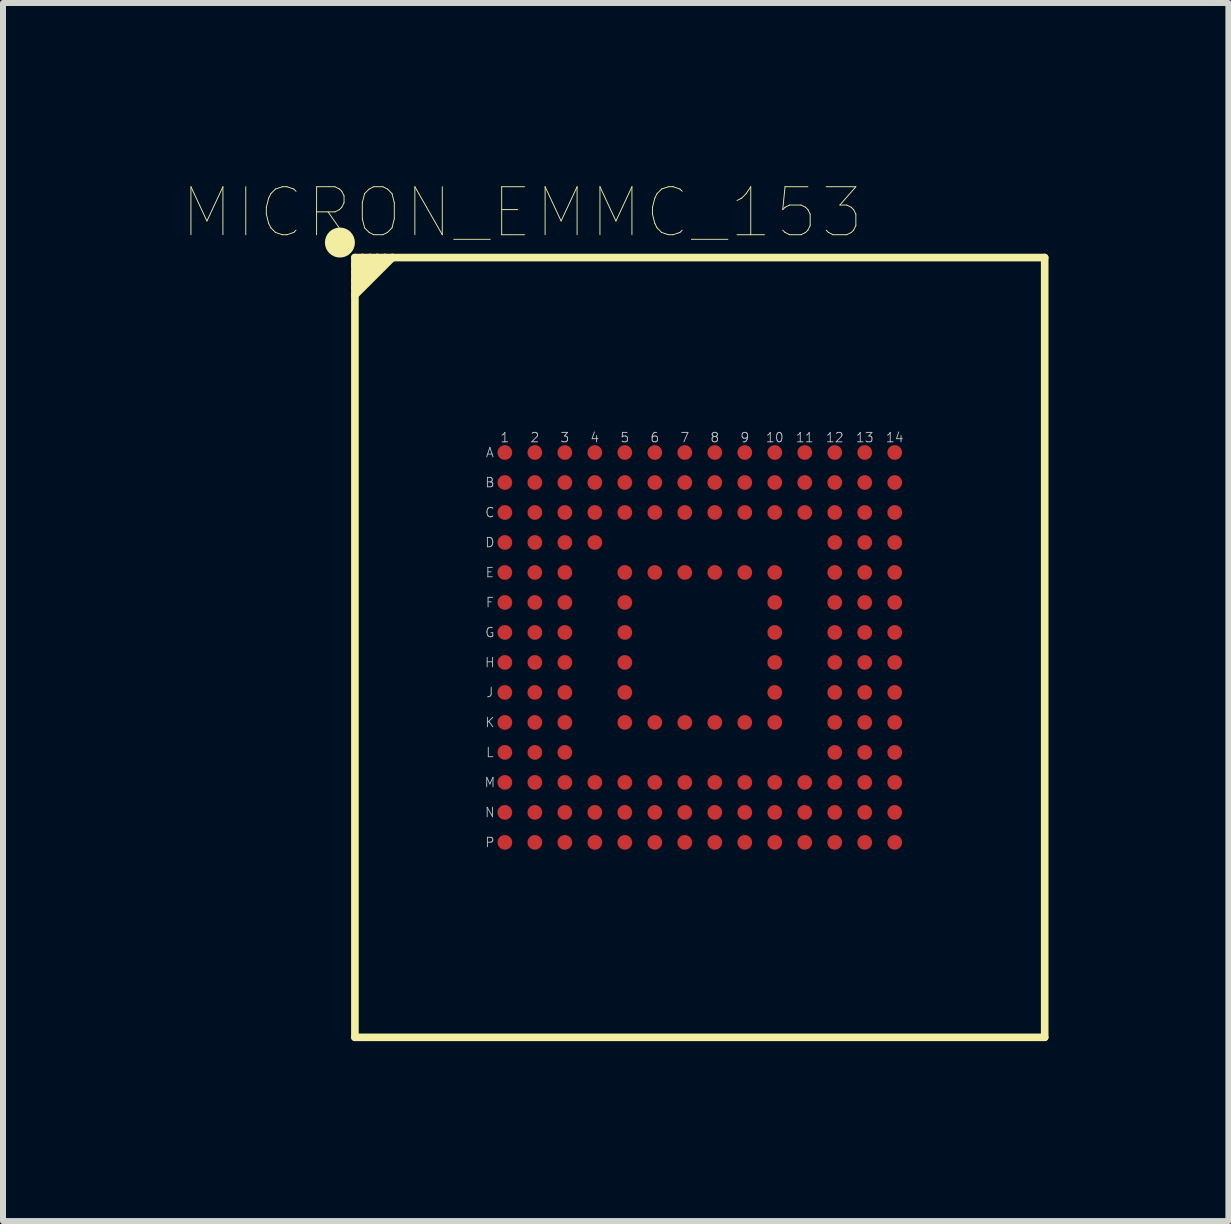
<source format=kicad_pcb>
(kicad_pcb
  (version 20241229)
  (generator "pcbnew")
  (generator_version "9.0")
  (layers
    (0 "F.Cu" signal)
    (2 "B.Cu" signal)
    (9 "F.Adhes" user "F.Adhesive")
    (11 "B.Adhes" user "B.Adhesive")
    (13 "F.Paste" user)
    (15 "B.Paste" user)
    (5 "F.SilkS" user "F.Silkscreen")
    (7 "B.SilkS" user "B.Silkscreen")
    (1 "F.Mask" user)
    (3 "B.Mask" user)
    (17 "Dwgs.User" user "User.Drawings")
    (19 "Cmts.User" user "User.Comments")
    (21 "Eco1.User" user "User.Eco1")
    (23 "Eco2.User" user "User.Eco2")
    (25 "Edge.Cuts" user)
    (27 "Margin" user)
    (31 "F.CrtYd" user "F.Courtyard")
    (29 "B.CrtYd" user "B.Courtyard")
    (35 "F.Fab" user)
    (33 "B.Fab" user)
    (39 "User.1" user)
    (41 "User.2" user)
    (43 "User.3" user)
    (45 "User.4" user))
  (footprint "MICRON_EMMC_153"
    (layer "F.Cu")
    (at 8.617 7.744)
    (property "Reference" "MICRON_EMMC_153" (at -2.96 -7.25 0) (layer "F.SilkS") (effects (font (size 0.8 0.8) (thickness 0.015))))
    (attr through_hole)
    (fp_line (start -5.75 -6.5) (end -5.75 -6.375) (stroke (width 0.127) (type solid)) (layer "F.SilkS"))
    (fp_line (start -5.75 -6.375) (end -5.75 -6.25) (stroke (width 0.127) (type solid)) (layer "F.SilkS"))
    (fp_line (start -5.75 -6.375) (end -5.625 -6.5) (stroke (width 0.127) (type solid)) (layer "F.SilkS"))
    (fp_line (start -5.75 -6.25) (end -5.75 -6.125) (stroke (width 0.127) (type solid)) (layer "F.SilkS"))
    (fp_line (start -5.75 -6.25) (end -5.5 -6.5) (stroke (width 0.127) (type solid)) (layer "F.SilkS"))
    (fp_line (start -5.75 -6.125) (end -5.75 -6) (stroke (width 0.127) (type solid)) (layer "F.SilkS"))
    (fp_line (start -5.75 -6.125) (end -5.375 -6.5) (stroke (width 0.127) (type solid)) (layer "F.SilkS"))
    (fp_line (start -5.75 -6) (end -5.75 -5.875) (stroke (width 0.127) (type solid)) (layer "F.SilkS"))
    (fp_line (start -5.75 -6) (end -5.25 -6.5) (stroke (width 0.127) (type solid)) (layer "F.SilkS"))
    (fp_line (start -5.75 -5.875) (end -5.75 6.5) (stroke (width 0.127) (type solid)) (layer "F.SilkS"))
    (fp_line (start -5.75 -5.875) (end -5.125 -6.5) (stroke (width 0.127) (type solid)) (layer "F.SilkS"))
    (fp_line (start -5.75 6.5) (end 5.75 6.5) (stroke (width 0.127) (type solid)) (layer "F.SilkS"))
    (fp_line (start -5.625 -6.5) (end -5.75 -6.5) (stroke (width 0.127) (type solid)) (layer "F.SilkS"))
    (fp_line (start -5.5 -6.5) (end -5.625 -6.5) (stroke (width 0.127) (type solid)) (layer "F.SilkS"))
    (fp_line (start -5.375 -6.5) (end -5.5 -6.5) (stroke (width 0.127) (type solid)) (layer "F.SilkS"))
    (fp_line (start -5.25 -6.5) (end -5.375 -6.5) (stroke (width 0.127) (type solid)) (layer "F.SilkS"))
    (fp_line (start -5.125 -6.5) (end -5.25 -6.5) (stroke (width 0.127) (type solid)) (layer "F.SilkS"))
    (fp_line (start 5.75 -6.5) (end -5.125 -6.5) (stroke (width 0.127) (type solid)) (layer "F.SilkS"))
    (fp_line (start 5.75 6.5) (end 5.75 -6.5) (stroke (width 0.127) (type solid)) (layer "F.SilkS"))
    (fp_circle (center -6 -6.75) (end -5.875 -6.75) (stroke (width 0.25) (type solid)) (fill no) (layer "F.SilkS"))
    (fp_text user "D" (at -3.5 -1.75 0) (layer "Dwgs.User") (effects (font (size 0.157 0.157) (thickness 0.015))))
    (fp_text user "J" (at -3.5 0.75 0) (layer "Dwgs.User") (effects (font (size 0.157 0.157) (thickness 0.015))))
    (fp_text user "11" (at 1.75 -3.5 0) (layer "Dwgs.User") (effects (font (size 0.157 0.157) (thickness 0.015))))
    (fp_text user "9" (at 0.75 -3.5 0) (layer "Dwgs.User") (effects (font (size 0.157 0.157) (thickness 0.015))))
    (fp_text user "F" (at -3.5 -0.75 0) (layer "Dwgs.User") (effects (font (size 0.157 0.157) (thickness 0.015))))
    (fp_text user "C" (at -3.5 -2.25 0) (layer "Dwgs.User") (effects (font (size 0.157 0.157) (thickness 0.015))))
    (fp_text user "7" (at -0.25 -3.5 0) (layer "Dwgs.User") (effects (font (size 0.157 0.157) (thickness 0.015))))
    (fp_text user "H" (at -3.5 0.25 0) (layer "Dwgs.User") (effects (font (size 0.157 0.157) (thickness 0.015))))
    (fp_text user "13" (at 2.75 -3.5 0) (layer "Dwgs.User") (effects (font (size 0.157 0.157) (thickness 0.015))))
    (fp_text user "6" (at -0.75 -3.5 0) (layer "Dwgs.User") (effects (font (size 0.157 0.157) (thickness 0.015))))
    (fp_text user "G" (at -3.5 -0.25 0) (layer "Dwgs.User") (effects (font (size 0.157 0.157) (thickness 0.015))))
    (fp_text user "10" (at 1.25 -3.5 0) (layer "Dwgs.User") (effects (font (size 0.157 0.157) (thickness 0.015))))
    (fp_text user "N" (at -3.5 2.75 0) (layer "Dwgs.User") (effects (font (size 0.157 0.157) (thickness 0.015))))
    (fp_text user "4" (at -1.75 -3.5 0) (layer "Dwgs.User") (effects (font (size 0.157 0.157) (thickness 0.015))))
    (fp_text user "B" (at -3.5 -2.75 0) (layer "Dwgs.User") (effects (font (size 0.157 0.157) (thickness 0.015))))
    (fp_text user "3" (at -2.25 -3.5 0) (layer "Dwgs.User") (effects (font (size 0.157 0.157) (thickness 0.015))))
    (fp_text user "5" (at -1.25 -3.5 0) (layer "Dwgs.User") (effects (font (size 0.157 0.157) (thickness 0.015))))
    (fp_text user "8" (at 0.25 -3.5 0) (layer "Dwgs.User") (effects (font (size 0.157 0.157) (thickness 0.015))))
    (fp_text user "12" (at 2.25 -3.5 0) (layer "Dwgs.User") (effects (font (size 0.157 0.157) (thickness 0.015))))
    (fp_text user "M" (at -3.5 2.25 0) (layer "Dwgs.User") (effects (font (size 0.157 0.157) (thickness 0.015))))
    (fp_text user "2" (at -2.75 -3.5 0) (layer "Dwgs.User") (effects (font (size 0.157 0.157) (thickness 0.015))))
    (fp_text user "A" (at -3.5 -3.25 0) (layer "Dwgs.User") (effects (font (size 0.157 0.157) (thickness 0.015))))
    (fp_text user "L" (at -3.5 1.75 0) (layer "Dwgs.User") (effects (font (size 0.157 0.157) (thickness 0.015))))
    (fp_text user "P" (at -3.5 3.25 0) (layer "Dwgs.User") (effects (font (size 0.157 0.157) (thickness 0.015))))
    (fp_text user "14" (at 3.25 -3.5 0) (layer "Dwgs.User") (effects (font (size 0.157 0.157) (thickness 0.015))))
    (fp_text user "1" (at -3.25 -3.5 0) (layer "Dwgs.User") (effects (font (size 0.157 0.157) (thickness 0.015))))
    (fp_text user "E" (at -3.5 -1.25 0) (layer "Dwgs.User") (effects (font (size 0.157 0.157) (thickness 0.015))))
    (fp_text user "K" (at -3.5 1.25 0) (layer "Dwgs.User") (effects (font (size 0.157 0.157) (thickness 0.015))))
    (pad "A1" smd circle (at -3.25 -3.25) (size 0.245 0.245) (layers "F.Cu" "F.Mask" "F.Paste"))
    (pad "A2" smd circle (at -2.75 -3.25) (size 0.245 0.245) (layers "F.Cu" "F.Mask" "F.Paste"))
    (pad "A3" smd circle (at -2.25 -3.25) (size 0.245 0.245) (layers "F.Cu" "F.Mask" "F.Paste"))
    (pad "A4" smd circle (at -1.75 -3.25) (size 0.245 0.245) (layers "F.Cu" "F.Mask" "F.Paste"))
    (pad "A5" smd circle (at -1.25 -3.25) (size 0.245 0.245) (layers "F.Cu" "F.Mask" "F.Paste"))
    (pad "A6" smd circle (at -0.75 -3.25) (size 0.245 0.245) (layers "F.Cu" "F.Mask" "F.Paste"))
    (pad "A7" smd circle (at -0.25 -3.25) (size 0.245 0.245) (layers "F.Cu" "F.Mask" "F.Paste"))
    (pad "A8" smd circle (at 0.25 -3.25) (size 0.245 0.245) (layers "F.Cu" "F.Mask" "F.Paste"))
    (pad "A9" smd circle (at 0.75 -3.25) (size 0.245 0.245) (layers "F.Cu" "F.Mask" "F.Paste"))
    (pad "A10" smd circle (at 1.25 -3.25) (size 0.245 0.245) (layers "F.Cu" "F.Mask" "F.Paste"))
    (pad "A11" smd circle (at 1.75 -3.25) (size 0.245 0.245) (layers "F.Cu" "F.Mask" "F.Paste"))
    (pad "A12" smd circle (at 2.25 -3.25) (size 0.245 0.245) (layers "F.Cu" "F.Mask" "F.Paste"))
    (pad "A13" smd circle (at 2.75 -3.25) (size 0.245 0.245) (layers "F.Cu" "F.Mask" "F.Paste"))
    (pad "A14" smd circle (at 3.25 -3.25) (size 0.245 0.245) (layers "F.Cu" "F.Mask" "F.Paste"))
    (pad "B1" smd circle (at -3.25 -2.75) (size 0.245 0.245) (layers "F.Cu" "F.Mask" "F.Paste"))
    (pad "B2" smd circle (at -2.75 -2.75) (size 0.245 0.245) (layers "F.Cu" "F.Mask" "F.Paste"))
    (pad "B3" smd circle (at -2.25 -2.75) (size 0.245 0.245) (layers "F.Cu" "F.Mask" "F.Paste"))
    (pad "B4" smd circle (at -1.75 -2.75) (size 0.245 0.245) (layers "F.Cu" "F.Mask" "F.Paste"))
    (pad "B5" smd circle (at -1.25 -2.75) (size 0.245 0.245) (layers "F.Cu" "F.Mask" "F.Paste"))
    (pad "B6" smd circle (at -0.75 -2.75) (size 0.245 0.245) (layers "F.Cu" "F.Mask" "F.Paste"))
    (pad "B7" smd circle (at -0.25 -2.75) (size 0.245 0.245) (layers "F.Cu" "F.Mask" "F.Paste"))
    (pad "B8" smd circle (at 0.25 -2.75) (size 0.245 0.245) (layers "F.Cu" "F.Mask" "F.Paste"))
    (pad "B9" smd circle (at 0.75 -2.75) (size 0.245 0.245) (layers "F.Cu" "F.Mask" "F.Paste"))
    (pad "B10" smd circle (at 1.25 -2.75) (size 0.245 0.245) (layers "F.Cu" "F.Mask" "F.Paste"))
    (pad "B11" smd circle (at 1.75 -2.75) (size 0.245 0.245) (layers "F.Cu" "F.Mask" "F.Paste"))
    (pad "B12" smd circle (at 2.25 -2.75) (size 0.245 0.245) (layers "F.Cu" "F.Mask" "F.Paste"))
    (pad "B13" smd circle (at 2.75 -2.75) (size 0.245 0.245) (layers "F.Cu" "F.Mask" "F.Paste"))
    (pad "B14" smd circle (at 3.25 -2.75) (size 0.245 0.245) (layers "F.Cu" "F.Mask" "F.Paste"))
    (pad "C1" smd circle (at -3.25 -2.25) (size 0.245 0.245) (layers "F.Cu" "F.Mask" "F.Paste"))
    (pad "C2" smd circle (at -2.75 -2.25) (size 0.245 0.245) (layers "F.Cu" "F.Mask" "F.Paste"))
    (pad "C3" smd circle (at -2.25 -2.25) (size 0.245 0.245) (layers "F.Cu" "F.Mask" "F.Paste"))
    (pad "C4" smd circle (at -1.75 -2.25) (size 0.245 0.245) (layers "F.Cu" "F.Mask" "F.Paste"))
    (pad "C5" smd circle (at -1.25 -2.25) (size 0.245 0.245) (layers "F.Cu" "F.Mask" "F.Paste"))
    (pad "C6" smd circle (at -0.75 -2.25) (size 0.245 0.245) (layers "F.Cu" "F.Mask" "F.Paste"))
    (pad "C7" smd circle (at -0.25 -2.25) (size 0.245 0.245) (layers "F.Cu" "F.Mask" "F.Paste"))
    (pad "C8" smd circle (at 0.25 -2.25) (size 0.245 0.245) (layers "F.Cu" "F.Mask" "F.Paste"))
    (pad "C9" smd circle (at 0.75 -2.25) (size 0.245 0.245) (layers "F.Cu" "F.Mask" "F.Paste"))
    (pad "C10" smd circle (at 1.25 -2.25) (size 0.245 0.245) (layers "F.Cu" "F.Mask" "F.Paste"))
    (pad "C11" smd circle (at 1.75 -2.25) (size 0.245 0.245) (layers "F.Cu" "F.Mask" "F.Paste"))
    (pad "C12" smd circle (at 2.25 -2.25) (size 0.245 0.245) (layers "F.Cu" "F.Mask" "F.Paste"))
    (pad "C13" smd circle (at 2.75 -2.25) (size 0.245 0.245) (layers "F.Cu" "F.Mask" "F.Paste"))
    (pad "C14" smd circle (at 3.25 -2.25) (size 0.245 0.245) (layers "F.Cu" "F.Mask" "F.Paste"))
    (pad "D1" smd circle (at -3.25 -1.75) (size 0.245 0.245) (layers "F.Cu" "F.Mask" "F.Paste"))
    (pad "D2" smd circle (at -2.75 -1.75) (size 0.245 0.245) (layers "F.Cu" "F.Mask" "F.Paste"))
    (pad "D3" smd circle (at -2.25 -1.75) (size 0.245 0.245) (layers "F.Cu" "F.Mask" "F.Paste"))
    (pad "D4" smd circle (at -1.75 -1.75) (size 0.245 0.245) (layers "F.Cu" "F.Mask" "F.Paste"))
    (pad "D12" smd circle (at 2.25 -1.75) (size 0.245 0.245) (layers "F.Cu" "F.Mask" "F.Paste"))
    (pad "D13" smd circle (at 2.75 -1.75) (size 0.245 0.245) (layers "F.Cu" "F.Mask" "F.Paste"))
    (pad "D14" smd circle (at 3.25 -1.75) (size 0.245 0.245) (layers "F.Cu" "F.Mask" "F.Paste"))
    (pad "E1" smd circle (at -3.25 -1.25) (size 0.245 0.245) (layers "F.Cu" "F.Mask" "F.Paste"))
    (pad "E2" smd circle (at -2.75 -1.25) (size 0.245 0.245) (layers "F.Cu" "F.Mask" "F.Paste"))
    (pad "E3" smd circle (at -2.25 -1.25) (size 0.245 0.245) (layers "F.Cu" "F.Mask" "F.Paste"))
    (pad "E5" smd circle (at -1.25 -1.25) (size 0.245 0.245) (layers "F.Cu" "F.Mask" "F.Paste"))
    (pad "E6" smd circle (at -0.75 -1.25) (size 0.245 0.245) (layers "F.Cu" "F.Mask" "F.Paste"))
    (pad "E7" smd circle (at -0.25 -1.25) (size 0.245 0.245) (layers "F.Cu" "F.Mask" "F.Paste"))
    (pad "E8" smd circle (at 0.25 -1.25) (size 0.245 0.245) (layers "F.Cu" "F.Mask" "F.Paste"))
    (pad "E9" smd circle (at 0.75 -1.25) (size 0.245 0.245) (layers "F.Cu" "F.Mask" "F.Paste"))
    (pad "E10" smd circle (at 1.25 -1.25) (size 0.245 0.245) (layers "F.Cu" "F.Mask" "F.Paste"))
    (pad "E12" smd circle (at 2.25 -1.25) (size 0.245 0.245) (layers "F.Cu" "F.Mask" "F.Paste"))
    (pad "E13" smd circle (at 2.75 -1.25) (size 0.245 0.245) (layers "F.Cu" "F.Mask" "F.Paste"))
    (pad "E14" smd circle (at 3.25 -1.25) (size 0.245 0.245) (layers "F.Cu" "F.Mask" "F.Paste"))
    (pad "F1" smd circle (at -3.25 -0.75) (size 0.245 0.245) (layers "F.Cu" "F.Mask" "F.Paste"))
    (pad "F2" smd circle (at -2.75 -0.75) (size 0.245 0.245) (layers "F.Cu" "F.Mask" "F.Paste"))
    (pad "F3" smd circle (at -2.25 -0.75) (size 0.245 0.245) (layers "F.Cu" "F.Mask" "F.Paste"))
    (pad "F5" smd circle (at -1.25 -0.75) (size 0.245 0.245) (layers "F.Cu" "F.Mask" "F.Paste"))
    (pad "F10" smd circle (at 1.25 -0.75) (size 0.245 0.245) (layers "F.Cu" "F.Mask" "F.Paste"))
    (pad "F12" smd circle (at 2.25 -0.75) (size 0.245 0.245) (layers "F.Cu" "F.Mask" "F.Paste"))
    (pad "F13" smd circle (at 2.75 -0.75) (size 0.245 0.245) (layers "F.Cu" "F.Mask" "F.Paste"))
    (pad "F14" smd circle (at 3.25 -0.75) (size 0.245 0.245) (layers "F.Cu" "F.Mask" "F.Paste"))
    (pad "G1" smd circle (at -3.25 -0.25) (size 0.245 0.245) (layers "F.Cu" "F.Mask" "F.Paste"))
    (pad "G2" smd circle (at -2.75 -0.25) (size 0.245 0.245) (layers "F.Cu" "F.Mask" "F.Paste"))
    (pad "G3" smd circle (at -2.25 -0.25) (size 0.245 0.245) (layers "F.Cu" "F.Mask" "F.Paste"))
    (pad "G5" smd circle (at -1.25 -0.25) (size 0.245 0.245) (layers "F.Cu" "F.Mask" "F.Paste"))
    (pad "G10" smd circle (at 1.25 -0.25) (size 0.245 0.245) (layers "F.Cu" "F.Mask" "F.Paste"))
    (pad "G12" smd circle (at 2.25 -0.25) (size 0.245 0.245) (layers "F.Cu" "F.Mask" "F.Paste"))
    (pad "G13" smd circle (at 2.75 -0.25) (size 0.245 0.245) (layers "F.Cu" "F.Mask" "F.Paste"))
    (pad "G14" smd circle (at 3.25 -0.25) (size 0.245 0.245) (layers "F.Cu" "F.Mask" "F.Paste"))
    (pad "H1" smd circle (at -3.25 0.25) (size 0.245 0.245) (layers "F.Cu" "F.Mask" "F.Paste"))
    (pad "H2" smd circle (at -2.75 0.25) (size 0.245 0.245) (layers "F.Cu" "F.Mask" "F.Paste"))
    (pad "H3" smd circle (at -2.25 0.25) (size 0.245 0.245) (layers "F.Cu" "F.Mask" "F.Paste"))
    (pad "H5" smd circle (at -1.25 0.25) (size 0.245 0.245) (layers "F.Cu" "F.Mask" "F.Paste"))
    (pad "H10" smd circle (at 1.25 0.25) (size 0.245 0.245) (layers "F.Cu" "F.Mask" "F.Paste"))
    (pad "H12" smd circle (at 2.25 0.25) (size 0.245 0.245) (layers "F.Cu" "F.Mask" "F.Paste"))
    (pad "H13" smd circle (at 2.75 0.25) (size 0.245 0.245) (layers "F.Cu" "F.Mask" "F.Paste"))
    (pad "H14" smd circle (at 3.25 0.25) (size 0.245 0.245) (layers "F.Cu" "F.Mask" "F.Paste"))
    (pad "J1" smd circle (at -3.25 0.75) (size 0.245 0.245) (layers "F.Cu" "F.Mask" "F.Paste"))
    (pad "J2" smd circle (at -2.75 0.75) (size 0.245 0.245) (layers "F.Cu" "F.Mask" "F.Paste"))
    (pad "J3" smd circle (at -2.25 0.75) (size 0.245 0.245) (layers "F.Cu" "F.Mask" "F.Paste"))
    (pad "J5" smd circle (at -1.25 0.75) (size 0.245 0.245) (layers "F.Cu" "F.Mask" "F.Paste"))
    (pad "J10" smd circle (at 1.25 0.75) (size 0.245 0.245) (layers "F.Cu" "F.Mask" "F.Paste"))
    (pad "J12" smd circle (at 2.25 0.75) (size 0.245 0.245) (layers "F.Cu" "F.Mask" "F.Paste"))
    (pad "J13" smd circle (at 2.75 0.75) (size 0.245 0.245) (layers "F.Cu" "F.Mask" "F.Paste"))
    (pad "J14" smd circle (at 3.25 0.75) (size 0.245 0.245) (layers "F.Cu" "F.Mask" "F.Paste"))
    (pad "K1" smd circle (at -3.25 1.25) (size 0.245 0.245) (layers "F.Cu" "F.Mask" "F.Paste"))
    (pad "K2" smd circle (at -2.75 1.25) (size 0.245 0.245) (layers "F.Cu" "F.Mask" "F.Paste"))
    (pad "K3" smd circle (at -2.25 1.25) (size 0.245 0.245) (layers "F.Cu" "F.Mask" "F.Paste"))
    (pad "K5" smd circle (at -1.25 1.25) (size 0.245 0.245) (layers "F.Cu" "F.Mask" "F.Paste"))
    (pad "K6" smd circle (at -0.75 1.25) (size 0.245 0.245) (layers "F.Cu" "F.Mask" "F.Paste"))
    (pad "K7" smd circle (at -0.25 1.25) (size 0.245 0.245) (layers "F.Cu" "F.Mask" "F.Paste"))
    (pad "K8" smd circle (at 0.25 1.25) (size 0.245 0.245) (layers "F.Cu" "F.Mask" "F.Paste"))
    (pad "K9" smd circle (at 0.75 1.25) (size 0.245 0.245) (layers "F.Cu" "F.Mask" "F.Paste"))
    (pad "K10" smd circle (at 1.25 1.25) (size 0.245 0.245) (layers "F.Cu" "F.Mask" "F.Paste"))
    (pad "K12" smd circle (at 2.25 1.25) (size 0.245 0.245) (layers "F.Cu" "F.Mask" "F.Paste"))
    (pad "K13" smd circle (at 2.75 1.25) (size 0.245 0.245) (layers "F.Cu" "F.Mask" "F.Paste"))
    (pad "K14" smd circle (at 3.25 1.25) (size 0.245 0.245) (layers "F.Cu" "F.Mask" "F.Paste"))
    (pad "L1" smd circle (at -3.25 1.75) (size 0.245 0.245) (layers "F.Cu" "F.Mask" "F.Paste"))
    (pad "L2" smd circle (at -2.75 1.75) (size 0.245 0.245) (layers "F.Cu" "F.Mask" "F.Paste"))
    (pad "L3" smd circle (at -2.25 1.75) (size 0.245 0.245) (layers "F.Cu" "F.Mask" "F.Paste"))
    (pad "L12" smd circle (at 2.25 1.75) (size 0.245 0.245) (layers "F.Cu" "F.Mask" "F.Paste"))
    (pad "L13" smd circle (at 2.75 1.75) (size 0.245 0.245) (layers "F.Cu" "F.Mask" "F.Paste"))
    (pad "L14" smd circle (at 3.25 1.75) (size 0.245 0.245) (layers "F.Cu" "F.Mask" "F.Paste"))
    (pad "M1" smd circle (at -3.25 2.25) (size 0.245 0.245) (layers "F.Cu" "F.Mask" "F.Paste"))
    (pad "M2" smd circle (at -2.75 2.25) (size 0.245 0.245) (layers "F.Cu" "F.Mask" "F.Paste"))
    (pad "M3" smd circle (at -2.25 2.25) (size 0.245 0.245) (layers "F.Cu" "F.Mask" "F.Paste"))
    (pad "M4" smd circle (at -1.75 2.25) (size 0.245 0.245) (layers "F.Cu" "F.Mask" "F.Paste"))
    (pad "M5" smd circle (at -1.25 2.25) (size 0.245 0.245) (layers "F.Cu" "F.Mask" "F.Paste"))
    (pad "M6" smd circle (at -0.75 2.25) (size 0.245 0.245) (layers "F.Cu" "F.Mask" "F.Paste"))
    (pad "M7" smd circle (at -0.25 2.25) (size 0.245 0.245) (layers "F.Cu" "F.Mask" "F.Paste"))
    (pad "M8" smd circle (at 0.25 2.25) (size 0.245 0.245) (layers "F.Cu" "F.Mask" "F.Paste"))
    (pad "M9" smd circle (at 0.75 2.25) (size 0.245 0.245) (layers "F.Cu" "F.Mask" "F.Paste"))
    (pad "M10" smd circle (at 1.25 2.25) (size 0.245 0.245) (layers "F.Cu" "F.Mask" "F.Paste"))
    (pad "M11" smd circle (at 1.75 2.25) (size 0.245 0.245) (layers "F.Cu" "F.Mask" "F.Paste"))
    (pad "M12" smd circle (at 2.25 2.25) (size 0.245 0.245) (layers "F.Cu" "F.Mask" "F.Paste"))
    (pad "M13" smd circle (at 2.75 2.25) (size 0.245 0.245) (layers "F.Cu" "F.Mask" "F.Paste"))
    (pad "M14" smd circle (at 3.25 2.25) (size 0.245 0.245) (layers "F.Cu" "F.Mask" "F.Paste"))
    (pad "N1" smd circle (at -3.25 2.75) (size 0.245 0.245) (layers "F.Cu" "F.Mask" "F.Paste"))
    (pad "N2" smd circle (at -2.75 2.75) (size 0.245 0.245) (layers "F.Cu" "F.Mask" "F.Paste"))
    (pad "N3" smd circle (at -2.25 2.75) (size 0.245 0.245) (layers "F.Cu" "F.Mask" "F.Paste"))
    (pad "N4" smd circle (at -1.75 2.75) (size 0.245 0.245) (layers "F.Cu" "F.Mask" "F.Paste"))
    (pad "N5" smd circle (at -1.25 2.75) (size 0.245 0.245) (layers "F.Cu" "F.Mask" "F.Paste"))
    (pad "N6" smd circle (at -0.75 2.75) (size 0.245 0.245) (layers "F.Cu" "F.Mask" "F.Paste"))
    (pad "N7" smd circle (at -0.25 2.75) (size 0.245 0.245) (layers "F.Cu" "F.Mask" "F.Paste"))
    (pad "N8" smd circle (at 0.25 2.75) (size 0.245 0.245) (layers "F.Cu" "F.Mask" "F.Paste"))
    (pad "N9" smd circle (at 0.75 2.75) (size 0.245 0.245) (layers "F.Cu" "F.Mask" "F.Paste"))
    (pad "N10" smd circle (at 1.25 2.75) (size 0.245 0.245) (layers "F.Cu" "F.Mask" "F.Paste"))
    (pad "N11" smd circle (at 1.75 2.75) (size 0.245 0.245) (layers "F.Cu" "F.Mask" "F.Paste"))
    (pad "N12" smd circle (at 2.25 2.75) (size 0.245 0.245) (layers "F.Cu" "F.Mask" "F.Paste"))
    (pad "N13" smd circle (at 2.75 2.75) (size 0.245 0.245) (layers "F.Cu" "F.Mask" "F.Paste"))
    (pad "N14" smd circle (at 3.25 2.75) (size 0.245 0.245) (layers "F.Cu" "F.Mask" "F.Paste"))
    (pad "P1" smd circle (at -3.25 3.25) (size 0.245 0.245) (layers "F.Cu" "F.Mask" "F.Paste"))
    (pad "P2" smd circle (at -2.75 3.25) (size 0.245 0.245) (layers "F.Cu" "F.Mask" "F.Paste"))
    (pad "P3" smd circle (at -2.25 3.25) (size 0.245 0.245) (layers "F.Cu" "F.Mask" "F.Paste"))
    (pad "P4" smd circle (at -1.75 3.25) (size 0.245 0.245) (layers "F.Cu" "F.Mask" "F.Paste"))
    (pad "P5" smd circle (at -1.25 3.25) (size 0.245 0.245) (layers "F.Cu" "F.Mask" "F.Paste"))
    (pad "P6" smd circle (at -0.75 3.25) (size 0.245 0.245) (layers "F.Cu" "F.Mask" "F.Paste"))
    (pad "P7" smd circle (at -0.25 3.25) (size 0.245 0.245) (layers "F.Cu" "F.Mask" "F.Paste"))
    (pad "P8" smd circle (at 0.25 3.25) (size 0.245 0.245) (layers "F.Cu" "F.Mask" "F.Paste"))
    (pad "P9" smd circle (at 0.75 3.25) (size 0.245 0.245) (layers "F.Cu" "F.Mask" "F.Paste"))
    (pad "P10" smd circle (at 1.25 3.25) (size 0.245 0.245) (layers "F.Cu" "F.Mask" "F.Paste"))
    (pad "P11" smd circle (at 1.75 3.25) (size 0.245 0.245) (layers "F.Cu" "F.Mask" "F.Paste"))
    (pad "P12" smd circle (at 2.25 3.25) (size 0.245 0.245) (layers "F.Cu" "F.Mask" "F.Paste"))
    (pad "P13" smd circle (at 2.75 3.25) (size 0.245 0.245) (layers "F.Cu" "F.Mask" "F.Paste"))
    (pad "P14" smd circle (at 3.25 3.25) (size 0.245 0.245) (layers "F.Cu" "F.Mask" "F.Paste")))
  (gr_rect
    (start -3 -3)
    (end 17.43 17.308)
    (stroke (width 0.1) (type default))
    (fill no)
    (layer "Edge.Cuts")))
</source>
